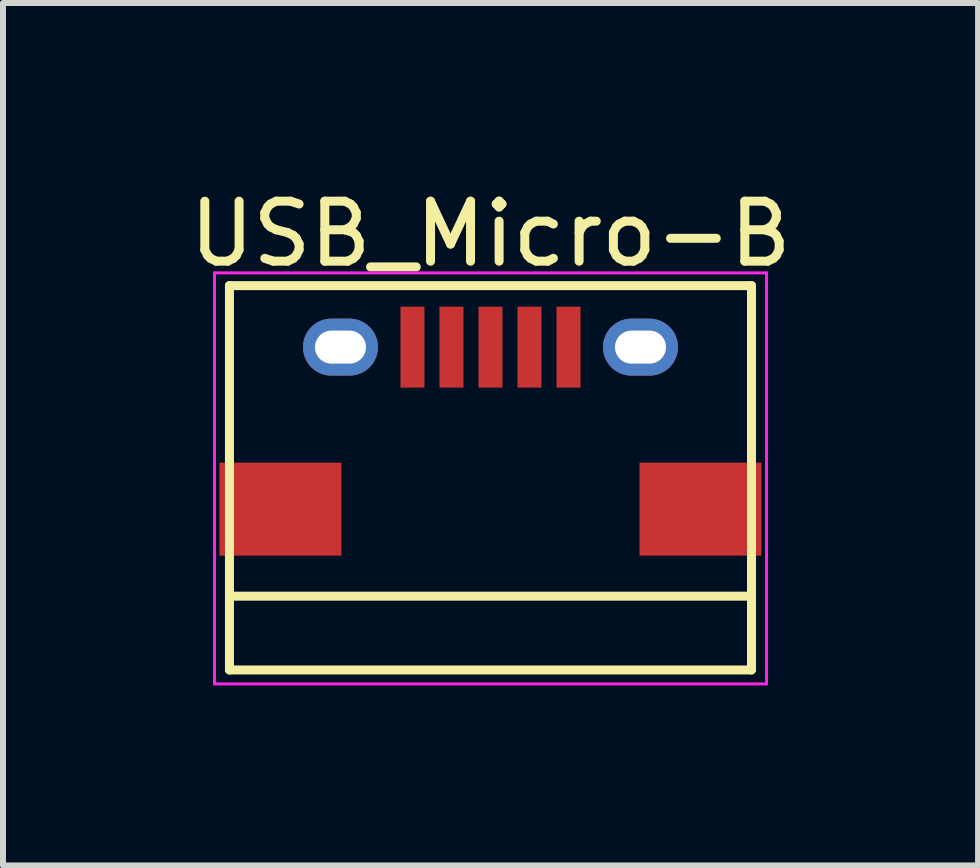
<source format=kicad_pcb>
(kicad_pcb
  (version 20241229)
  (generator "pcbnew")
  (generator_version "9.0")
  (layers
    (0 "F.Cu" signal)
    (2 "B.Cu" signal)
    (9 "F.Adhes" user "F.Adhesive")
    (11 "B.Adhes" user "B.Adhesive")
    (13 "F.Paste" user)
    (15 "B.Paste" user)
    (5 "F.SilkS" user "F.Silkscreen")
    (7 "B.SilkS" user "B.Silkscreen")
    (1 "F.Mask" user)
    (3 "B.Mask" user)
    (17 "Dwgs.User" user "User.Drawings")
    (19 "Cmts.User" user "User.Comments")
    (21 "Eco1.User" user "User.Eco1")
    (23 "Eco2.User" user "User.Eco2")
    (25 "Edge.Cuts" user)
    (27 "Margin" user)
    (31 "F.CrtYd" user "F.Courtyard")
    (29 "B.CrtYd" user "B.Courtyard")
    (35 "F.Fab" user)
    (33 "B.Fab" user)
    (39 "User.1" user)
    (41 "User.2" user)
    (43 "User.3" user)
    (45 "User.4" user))
  (footprint "USB_Micro-B"
    (layer "F.Cu")
    (at 5.125 4.298)
    (property "Reference" "USB_Micro-B" (at 0 -3.45 0) (layer "F.SilkS") (effects (font (size 1 1) (thickness 0.15))))
    (attr smd)
    (fp_line (start -4.351 -2.588) (end 4.349 -2.588) (stroke (width 0.15) (type solid)) (layer "F.SilkS"))
    (fp_line (start -4.351 3.817) (end -4.351 -2.588) (stroke (width 0.15) (type solid)) (layer "F.SilkS"))
    (fp_line (start -4.351 3.817) (end 4.349 3.817) (stroke (width 0.15) (type solid)) (layer "F.SilkS"))
    (fp_line (start 4.349 -2.588) (end 4.349 3.817) (stroke (width 0.15) (type solid)) (layer "F.SilkS"))
    (fp_line (start 4.349 2.587) (end -4.351 2.587) (stroke (width 0.15) (type solid)) (layer "F.SilkS"))
    (fp_line (start -4.6 -2.8) (end 4.6 -2.8) (stroke (width 0.05) (type solid)) (layer "F.CrtYd"))
    (fp_line (start -4.6 4.05) (end -4.6 -2.8) (stroke (width 0.05) (type solid)) (layer "F.CrtYd"))
    (fp_line (start 4.6 -2.8) (end 4.6 4.05) (stroke (width 0.05) (type solid)) (layer "F.CrtYd"))
    (fp_line (start 4.6 4.05) (end -4.6 4.05) (stroke (width 0.05) (type solid)) (layer "F.CrtYd"))
    (pad "1" smd rect (at -1.301 -1.563 90) (size 1.35 0.4) (layers "F.Cu" "F.Mask" "F.Paste"))
    (pad "2" smd rect (at -0.651 -1.563 90) (size 1.35 0.4) (layers "F.Cu" "F.Mask" "F.Paste"))
    (pad "3" smd rect (at -0.001 -1.563 90) (size 1.35 0.4) (layers "F.Cu" "F.Mask" "F.Paste"))
    (pad "4" smd rect (at 0.649 -1.563 90) (size 1.35 0.4) (layers "F.Cu" "F.Mask" "F.Paste"))
    (pad "5" smd rect (at 1.299 -1.563 90) (size 1.35 0.4) (layers "F.Cu" "F.Mask" "F.Paste"))
    (pad "6" smd rect (at -3.501 1.137 90) (size 1.55 2.032) (layers "F.Cu" "F.Mask" "F.Paste"))
    (pad "6" thru_hole oval (at -2.501 -1.563 90) (size 0.95 1.25) (drill oval 0.55 0.85) (layers "*.Cu" "*.Mask"))
    (pad "6" thru_hole oval (at 2.499 -1.563 90) (size 0.95 1.25) (drill oval 0.55 0.85) (layers "*.Cu" "*.Mask"))
    (pad "6" smd rect (at 3.499 1.137 90) (size 1.55 2.032) (layers "F.Cu" "F.Mask" "F.Paste")))
  (gr_rect
    (start -3 -3)
    (end 13.25 11.373)
    (stroke (width 0.1) (type default))
    (fill no)
    (layer "Edge.Cuts")))
</source>
